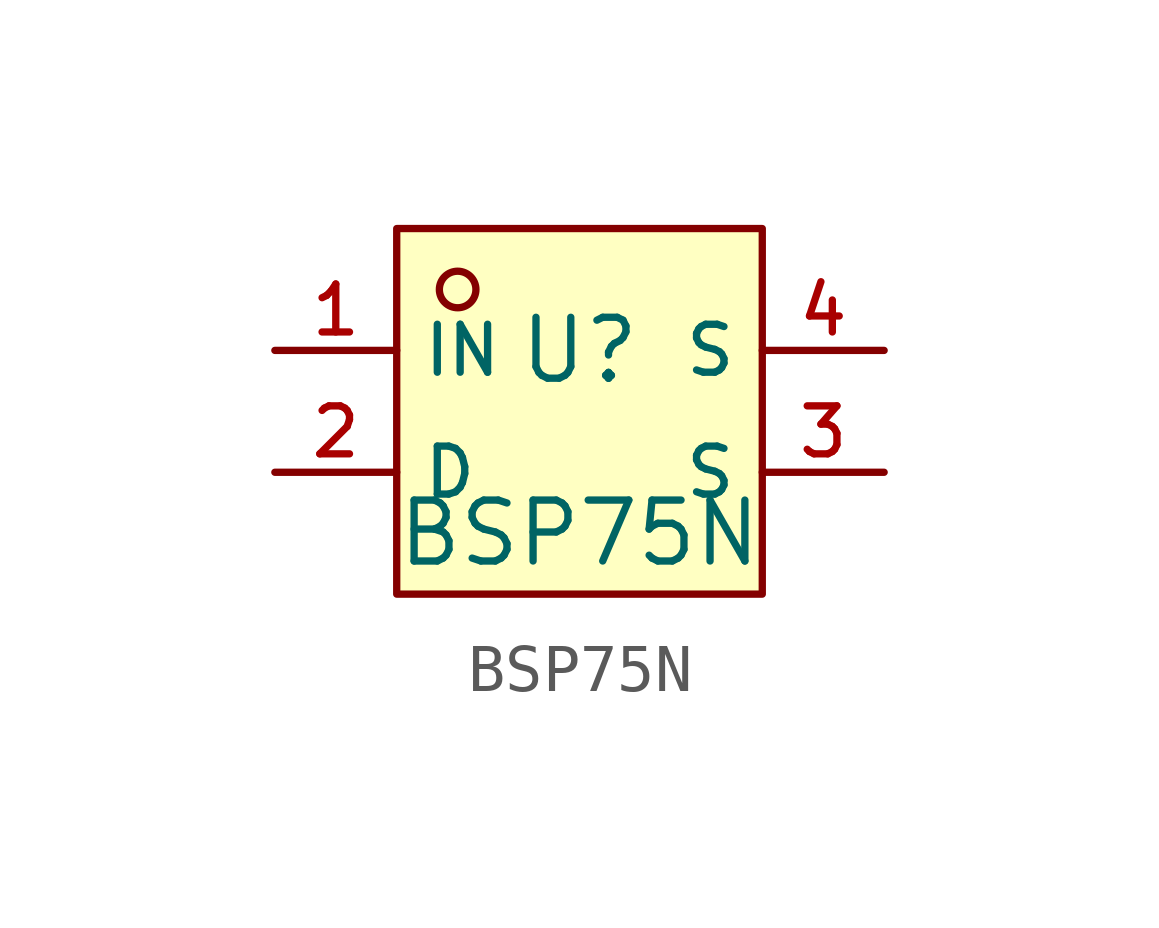
<source format=kicad_sym>
(kicad_symbol_lib
  (version 20210201)
  (generator TousstNicolas/JLC2KiCad_lib)
  (symbol "BSP75N"
    (property "Reference" "U"
      (at 0 1.27 0)
      (effects (font (size 1.27 1.27))))
    (property "Value" "BSP75N"
      (at 0 -2.54 0)
      (effects (font (size 1.27 1.27))))
    (symbol "BSP75N_0_1"
      (rectangle (start -3.81 3.81) (end 3.81 -3.81) (stroke (width 0) (type default) (color 0 0 0 0)) (fill (type background)))
      (circle (center -2.54 2.54) (radius 0.381) (stroke (width 0) (type default) (color 0 0 0 0)) (fill (type background)))
      (pin unspecified line (at -6.35 1.27 0) (length 2.54) (name "IN" (effects (font (size 1 1)))) (number "1" (effects (font (size 1 1)))))
      (pin unspecified line (at -6.35 -1.27 0) (length 2.54) (name "D" (effects (font (size 1 1)))) (number "2" (effects (font (size 1 1)))))
      (pin unspecified line (at 6.35 -1.27 180) (length 2.54) (name "S" (effects (font (size 1 1)))) (number "3" (effects (font (size 1 1)))))
      (pin unspecified line (at 6.35 1.27 180) (length 2.54) (name "S" (effects (font (size 1 1)))) (number "4" (effects (font (size 1 1))))))))
</source>
